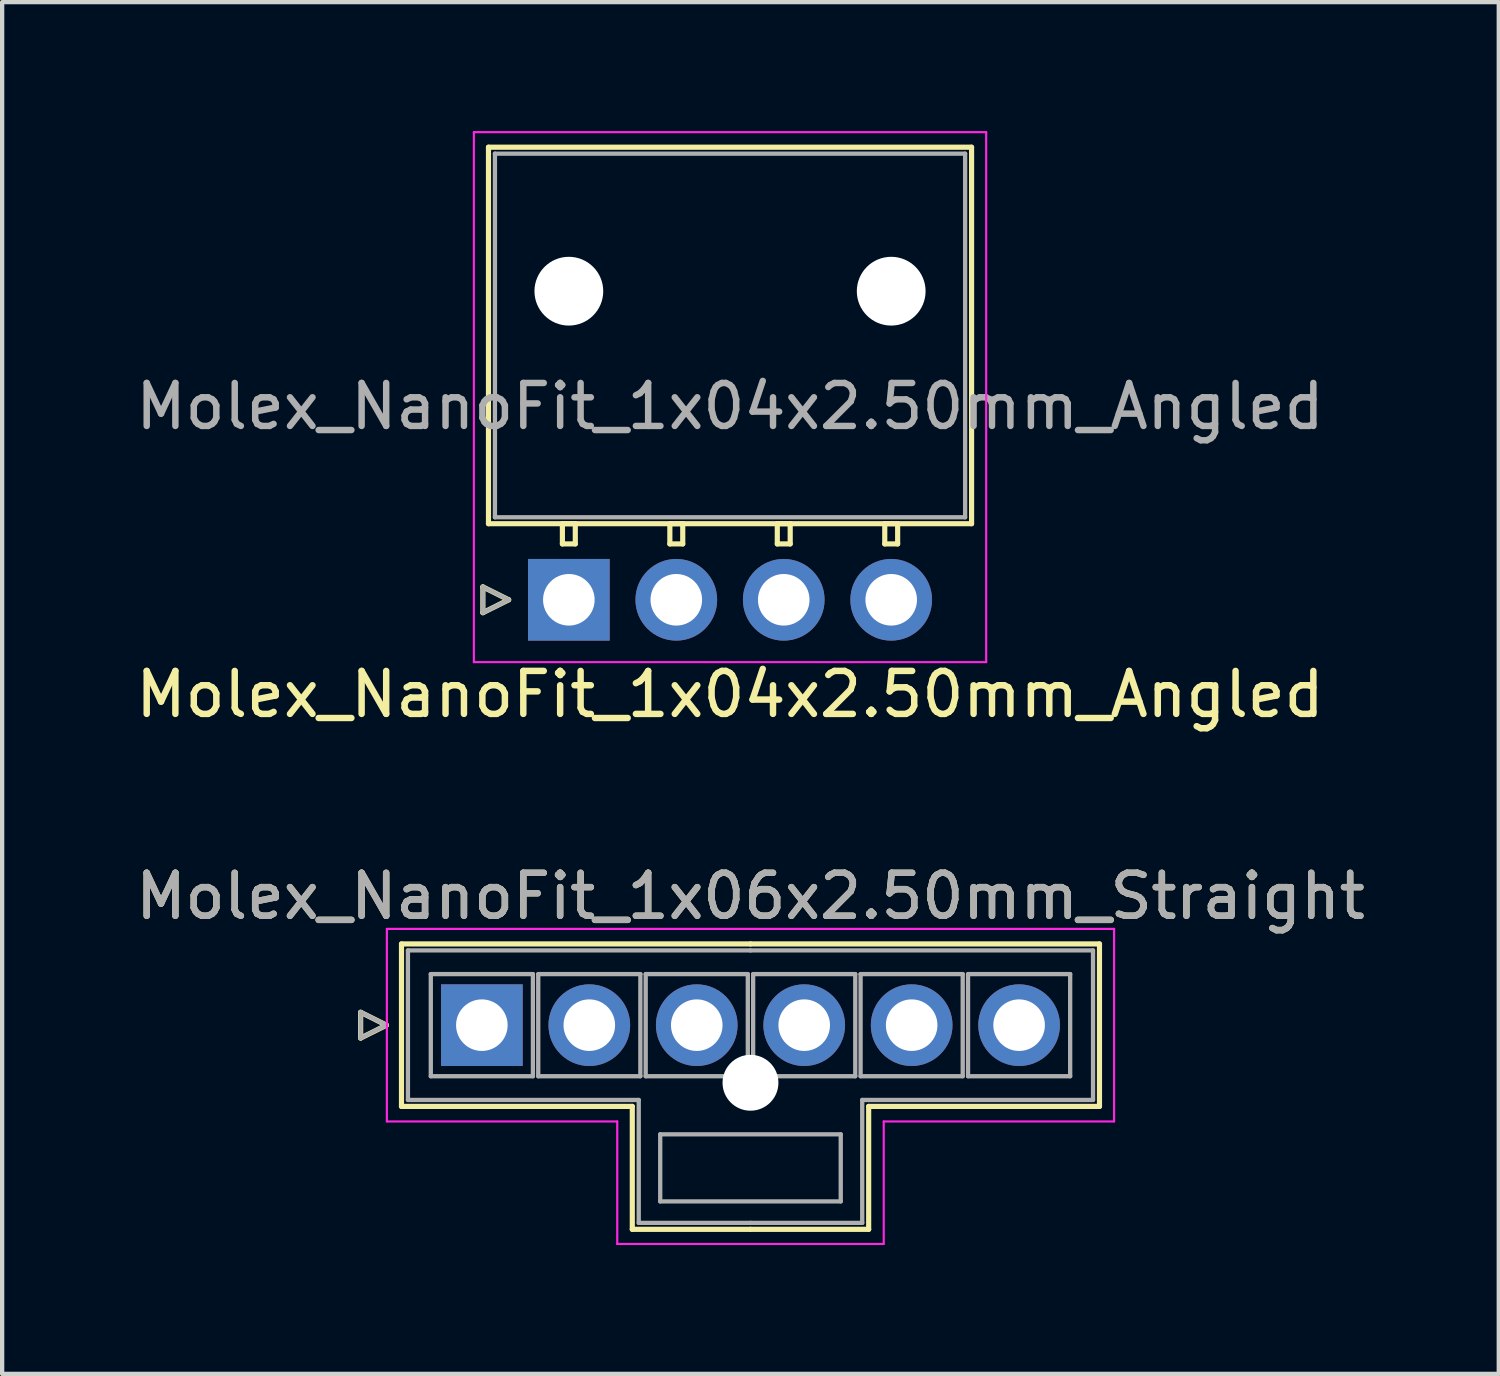
<source format=kicad_pcb>
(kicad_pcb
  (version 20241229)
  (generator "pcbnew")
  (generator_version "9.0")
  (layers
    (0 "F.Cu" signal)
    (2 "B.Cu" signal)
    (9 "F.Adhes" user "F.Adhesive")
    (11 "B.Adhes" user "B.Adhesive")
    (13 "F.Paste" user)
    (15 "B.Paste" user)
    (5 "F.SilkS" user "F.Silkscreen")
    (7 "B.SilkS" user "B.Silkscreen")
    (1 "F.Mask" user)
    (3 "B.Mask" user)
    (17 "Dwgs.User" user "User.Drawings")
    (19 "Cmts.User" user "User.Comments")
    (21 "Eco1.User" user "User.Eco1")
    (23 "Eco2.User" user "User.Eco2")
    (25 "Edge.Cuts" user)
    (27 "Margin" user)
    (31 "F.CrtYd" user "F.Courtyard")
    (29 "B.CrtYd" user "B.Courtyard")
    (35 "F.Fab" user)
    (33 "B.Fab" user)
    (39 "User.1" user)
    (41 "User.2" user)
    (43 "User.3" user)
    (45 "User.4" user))
  (footprint "Molex_NanoFit_1x04x2.50mm_Angled"
    (layer "F.Cu")
    (at 10.185 10.905)
    (property "Reference" "Molex_NanoFit_1x04x2.50mm_Angled" (at 3.75 2.2 0) (layer "F.SilkS") (effects (font (size 1 1) (thickness 0.15))))
    (attr through_hole)
    (fp_line (start -2 -0.3) (end -1.4 0) (stroke (width 0.12) (type solid)) (layer "F.SilkS"))
    (fp_line (start -2 0.3) (end -2 -0.3) (stroke (width 0.12) (type solid)) (layer "F.SilkS"))
    (fp_line (start -1.87 -10.53) (end -1.87 -1.77) (stroke (width 0.12) (type solid)) (layer "F.SilkS"))
    (fp_line (start -1.87 -1.77) (end 9.37 -1.77) (stroke (width 0.12) (type solid)) (layer "F.SilkS"))
    (fp_line (start -1.4 0) (end -2 0.3) (stroke (width 0.12) (type solid)) (layer "F.SilkS"))
    (fp_line (start -0.15 -1.77) (end -0.15 -1.3) (stroke (width 0.12) (type solid)) (layer "F.SilkS"))
    (fp_line (start -0.15 -1.3) (end 0.15 -1.3) (stroke (width 0.12) (type solid)) (layer "F.SilkS"))
    (fp_line (start 0.15 -1.77) (end -0.15 -1.77) (stroke (width 0.12) (type solid)) (layer "F.SilkS"))
    (fp_line (start 0.15 -1.3) (end 0.15 -1.77) (stroke (width 0.12) (type solid)) (layer "F.SilkS"))
    (fp_line (start 2.35 -1.77) (end 2.35 -1.3) (stroke (width 0.12) (type solid)) (layer "F.SilkS"))
    (fp_line (start 2.35 -1.3) (end 2.65 -1.3) (stroke (width 0.12) (type solid)) (layer "F.SilkS"))
    (fp_line (start 2.65 -1.77) (end 2.35 -1.77) (stroke (width 0.12) (type solid)) (layer "F.SilkS"))
    (fp_line (start 2.65 -1.3) (end 2.65 -1.77) (stroke (width 0.12) (type solid)) (layer "F.SilkS"))
    (fp_line (start 4.85 -1.77) (end 4.85 -1.3) (stroke (width 0.12) (type solid)) (layer "F.SilkS"))
    (fp_line (start 4.85 -1.3) (end 5.15 -1.3) (stroke (width 0.12) (type solid)) (layer "F.SilkS"))
    (fp_line (start 5.15 -1.77) (end 4.85 -1.77) (stroke (width 0.12) (type solid)) (layer "F.SilkS"))
    (fp_line (start 5.15 -1.3) (end 5.15 -1.77) (stroke (width 0.12) (type solid)) (layer "F.SilkS"))
    (fp_line (start 7.35 -1.77) (end 7.35 -1.3) (stroke (width 0.12) (type solid)) (layer "F.SilkS"))
    (fp_line (start 7.35 -1.3) (end 7.65 -1.3) (stroke (width 0.12) (type solid)) (layer "F.SilkS"))
    (fp_line (start 7.65 -1.77) (end 7.35 -1.77) (stroke (width 0.12) (type solid)) (layer "F.SilkS"))
    (fp_line (start 7.65 -1.3) (end 7.65 -1.77) (stroke (width 0.12) (type solid)) (layer "F.SilkS"))
    (fp_line (start 9.37 -10.53) (end -1.87 -10.53) (stroke (width 0.12) (type solid)) (layer "F.SilkS"))
    (fp_line (start 9.37 -1.77) (end 9.37 -10.53) (stroke (width 0.12) (type solid)) (layer "F.SilkS"))
    (fp_line (start -2.21 -10.88) (end -2.21 1.45) (stroke (width 0.05) (type solid)) (layer "F.CrtYd"))
    (fp_line (start -2.21 1.45) (end 9.71 1.45) (stroke (width 0.05) (type solid)) (layer "F.CrtYd"))
    (fp_line (start 9.71 -10.88) (end -2.21 -10.88) (stroke (width 0.05) (type solid)) (layer "F.CrtYd"))
    (fp_line (start 9.71 1.45) (end 9.71 -10.88) (stroke (width 0.05) (type solid)) (layer "F.CrtYd"))
    (fp_line (start -2 -0.3) (end -1.4 0) (stroke (width 0.1) (type solid)) (layer "F.Fab"))
    (fp_line (start -2 0.3) (end -2 -0.3) (stroke (width 0.1) (type solid)) (layer "F.Fab"))
    (fp_line (start -1.72 -10.38) (end -1.72 -1.92) (stroke (width 0.1) (type solid)) (layer "F.Fab"))
    (fp_line (start -1.72 -1.92) (end 9.22 -1.92) (stroke (width 0.1) (type solid)) (layer "F.Fab"))
    (fp_line (start -1.4 0) (end -2 0.3) (stroke (width 0.1) (type solid)) (layer "F.Fab"))
    (fp_line (start 9.22 -10.38) (end -1.72 -10.38) (stroke (width 0.1) (type solid)) (layer "F.Fab"))
    (fp_line (start 9.22 -1.92) (end 9.22 -10.38) (stroke (width 0.1) (type solid)) (layer "F.Fab"))
    (fp_text user "${REFERENCE}" (at 3.75 -4.5 0) (layer "F.Fab") (effects (font (size 1 1) (thickness 0.15))))
    (pad "" np_thru_hole circle (at 0 -7.18) (size 1.6 1.6) (drill 1.6) (layers "*.Cu" "*.Mask"))
    (pad "" np_thru_hole circle (at 7.5 -7.18) (size 1.6 1.6) (drill 1.6) (layers "*.Cu" "*.Mask"))
    (pad "1" thru_hole rect (at 0 0) (size 1.9 1.9) (drill 1.2) (layers "*.Cu" "*.Mask"))
    (pad "2" thru_hole circle (at 2.5 0) (size 1.9 1.9) (drill 1.2) (layers "*.Cu" "*.Mask"))
    (pad "3" thru_hole circle (at 5 0) (size 1.9 1.9) (drill 1.2) (layers "*.Cu" "*.Mask"))
    (pad "4" thru_hole circle (at 7.5 0) (size 1.9 1.9) (drill 1.2) (layers "*.Cu" "*.Mask")))
  (footprint "Molex_NanoFit_1x06x2.50mm_Straight"
    (layer "F.Cu")
    (at 8.161 20.802)
    (property "Reference" "Molex_NanoFit_1x06x2.50mm_Straight" (at 6.25 -3 0) (layer "F.SilkS") (effects (font (size 1 1) (thickness 0.15))))
    (attr through_hole)
    (fp_line (start -2.82 -0.3) (end -2.22 0) (stroke (width 0.12) (type solid)) (layer "F.SilkS"))
    (fp_line (start -2.82 0.3) (end -2.82 -0.3) (stroke (width 0.12) (type solid)) (layer "F.SilkS"))
    (fp_line (start -2.22 0) (end -2.82 0.3) (stroke (width 0.12) (type solid)) (layer "F.SilkS"))
    (fp_line (start -1.87 -1.89) (end -1.87 1.89) (stroke (width 0.12) (type solid)) (layer "F.SilkS"))
    (fp_line (start -1.87 1.89) (end 3.5 1.89) (stroke (width 0.12) (type solid)) (layer "F.SilkS"))
    (fp_line (start 3.5 1.89) (end 3.5 4.75) (stroke (width 0.12) (type solid)) (layer "F.SilkS"))
    (fp_line (start 3.5 4.75) (end 6.25 4.75) (stroke (width 0.12) (type solid)) (layer "F.SilkS"))
    (fp_line (start 6.25 -1.89) (end -1.87 -1.89) (stroke (width 0.12) (type solid)) (layer "F.SilkS"))
    (fp_line (start 6.25 -1.89) (end 14.37 -1.89) (stroke (width 0.12) (type solid)) (layer "F.SilkS"))
    (fp_line (start 9 1.89) (end 9 4.75) (stroke (width 0.12) (type solid)) (layer "F.SilkS"))
    (fp_line (start 9 4.75) (end 6.25 4.75) (stroke (width 0.12) (type solid)) (layer "F.SilkS"))
    (fp_line (start 14.37 -1.89) (end 14.37 1.89) (stroke (width 0.12) (type solid)) (layer "F.SilkS"))
    (fp_line (start 14.37 1.89) (end 9 1.89) (stroke (width 0.12) (type solid)) (layer "F.SilkS"))
    (fp_line (start -2.21 -2.24) (end -2.21 2.24) (stroke (width 0.05) (type solid)) (layer "F.CrtYd"))
    (fp_line (start -2.21 2.24) (end 3.15 2.24) (stroke (width 0.05) (type solid)) (layer "F.CrtYd"))
    (fp_line (start 3.15 2.24) (end 3.15 5.09) (stroke (width 0.05) (type solid)) (layer "F.CrtYd"))
    (fp_line (start 3.15 5.09) (end 9.35 5.09) (stroke (width 0.05) (type solid)) (layer "F.CrtYd"))
    (fp_line (start 9.35 2.24) (end 14.71 2.24) (stroke (width 0.05) (type solid)) (layer "F.CrtYd"))
    (fp_line (start 9.35 5.09) (end 9.35 2.24) (stroke (width 0.05) (type solid)) (layer "F.CrtYd"))
    (fp_line (start 14.71 -2.24) (end -2.21 -2.24) (stroke (width 0.05) (type solid)) (layer "F.CrtYd"))
    (fp_line (start 14.71 2.24) (end 14.71 -2.24) (stroke (width 0.05) (type solid)) (layer "F.CrtYd"))
    (fp_line (start -2.82 -0.3) (end -2.22 0) (stroke (width 0.1) (type solid)) (layer "F.Fab"))
    (fp_line (start -2.82 0.3) (end -2.82 -0.3) (stroke (width 0.1) (type solid)) (layer "F.Fab"))
    (fp_line (start -2.22 0) (end -2.82 0.3) (stroke (width 0.1) (type solid)) (layer "F.Fab"))
    (fp_line (start -1.72 -1.74) (end -1.72 1.74) (stroke (width 0.1) (type solid)) (layer "F.Fab"))
    (fp_line (start -1.72 1.74) (end 3.65 1.74) (stroke (width 0.1) (type solid)) (layer "F.Fab"))
    (fp_line (start -1.188 -1.188) (end -1.188 1.188) (stroke (width 0.1) (type solid)) (layer "F.Fab"))
    (fp_line (start -1.188 1.188) (end 1.188 1.188) (stroke (width 0.1) (type solid)) (layer "F.Fab"))
    (fp_line (start 1.188 -1.188) (end -1.188 -1.188) (stroke (width 0.1) (type solid)) (layer "F.Fab"))
    (fp_line (start 1.188 1.188) (end 1.188 -1.188) (stroke (width 0.1) (type solid)) (layer "F.Fab"))
    (fp_line (start 1.312 -1.188) (end 1.312 1.188) (stroke (width 0.1) (type solid)) (layer "F.Fab"))
    (fp_line (start 1.312 1.188) (end 3.688 1.188) (stroke (width 0.1) (type solid)) (layer "F.Fab"))
    (fp_line (start 3.65 1.74) (end 3.65 4.6) (stroke (width 0.1) (type solid)) (layer "F.Fab"))
    (fp_line (start 3.65 4.6) (end 6.25 4.6) (stroke (width 0.1) (type solid)) (layer "F.Fab"))
    (fp_line (start 3.688 -1.188) (end 1.312 -1.188) (stroke (width 0.1) (type solid)) (layer "F.Fab"))
    (fp_line (start 3.688 1.188) (end 3.688 -1.188) (stroke (width 0.1) (type solid)) (layer "F.Fab"))
    (fp_line (start 3.812 -1.188) (end 3.812 1.188) (stroke (width 0.1) (type solid)) (layer "F.Fab"))
    (fp_line (start 3.812 1.188) (end 6.188 1.188) (stroke (width 0.1) (type solid)) (layer "F.Fab"))
    (fp_line (start 4.15 2.54) (end 4.15 4.1) (stroke (width 0.1) (type solid)) (layer "F.Fab"))
    (fp_line (start 4.15 4.1) (end 8.35 4.1) (stroke (width 0.1) (type solid)) (layer "F.Fab"))
    (fp_line (start 6.188 -1.188) (end 3.812 -1.188) (stroke (width 0.1) (type solid)) (layer "F.Fab"))
    (fp_line (start 6.188 1.188) (end 6.188 -1.188) (stroke (width 0.1) (type solid)) (layer "F.Fab"))
    (fp_line (start 6.25 -1.74) (end -1.72 -1.74) (stroke (width 0.1) (type solid)) (layer "F.Fab"))
    (fp_line (start 6.25 -1.74) (end 14.22 -1.74) (stroke (width 0.1) (type solid)) (layer "F.Fab"))
    (fp_line (start 6.312 -1.188) (end 6.312 1.188) (stroke (width 0.1) (type solid)) (layer "F.Fab"))
    (fp_line (start 6.312 1.188) (end 8.688 1.188) (stroke (width 0.1) (type solid)) (layer "F.Fab"))
    (fp_line (start 8.35 2.54) (end 4.15 2.54) (stroke (width 0.1) (type solid)) (layer "F.Fab"))
    (fp_line (start 8.35 4.1) (end 8.35 2.54) (stroke (width 0.1) (type solid)) (layer "F.Fab"))
    (fp_line (start 8.688 -1.188) (end 6.312 -1.188) (stroke (width 0.1) (type solid)) (layer "F.Fab"))
    (fp_line (start 8.688 1.188) (end 8.688 -1.188) (stroke (width 0.1) (type solid)) (layer "F.Fab"))
    (fp_line (start 8.812 -1.188) (end 8.812 1.188) (stroke (width 0.1) (type solid)) (layer "F.Fab"))
    (fp_line (start 8.812 1.188) (end 11.188 1.188) (stroke (width 0.1) (type solid)) (layer "F.Fab"))
    (fp_line (start 8.85 1.74) (end 8.85 4.6) (stroke (width 0.1) (type solid)) (layer "F.Fab"))
    (fp_line (start 8.85 4.6) (end 6.25 4.6) (stroke (width 0.1) (type solid)) (layer "F.Fab"))
    (fp_line (start 11.188 -1.188) (end 8.812 -1.188) (stroke (width 0.1) (type solid)) (layer "F.Fab"))
    (fp_line (start 11.188 1.188) (end 11.188 -1.188) (stroke (width 0.1) (type solid)) (layer "F.Fab"))
    (fp_line (start 11.312 -1.188) (end 11.312 1.188) (stroke (width 0.1) (type solid)) (layer "F.Fab"))
    (fp_line (start 11.312 1.188) (end 13.688 1.188) (stroke (width 0.1) (type solid)) (layer "F.Fab"))
    (fp_line (start 13.688 -1.188) (end 11.312 -1.188) (stroke (width 0.1) (type solid)) (layer "F.Fab"))
    (fp_line (start 13.688 1.188) (end 13.688 -1.188) (stroke (width 0.1) (type solid)) (layer "F.Fab"))
    (fp_line (start 14.22 -1.74) (end 14.22 1.74) (stroke (width 0.1) (type solid)) (layer "F.Fab"))
    (fp_line (start 14.22 1.74) (end 8.85 1.74) (stroke (width 0.1) (type solid)) (layer "F.Fab"))
    (fp_text user "${REFERENCE}" (at 6.25 -3 0) (layer "F.Fab") (effects (font (size 1 1) (thickness 0.15))))
    (pad "" np_thru_hole circle (at 6.25 1.34) (size 1.3 1.3) (drill 1.3) (layers "*.Cu" "*.Mask"))
    (pad "1" thru_hole rect (at 0 0) (size 1.9 1.9) (drill 1.2) (layers "*.Cu" "*.Mask"))
    (pad "2" thru_hole circle (at 2.5 0) (size 1.9 1.9) (drill 1.2) (layers "*.Cu" "*.Mask"))
    (pad "3" thru_hole circle (at 5 0) (size 1.9 1.9) (drill 1.2) (layers "*.Cu" "*.Mask"))
    (pad "4" thru_hole circle (at 7.5 0) (size 1.9 1.9) (drill 1.2) (layers "*.Cu" "*.Mask"))
    (pad "5" thru_hole circle (at 10 0) (size 1.9 1.9) (drill 1.2) (layers "*.Cu" "*.Mask"))
    (pad "6" thru_hole circle (at 12.5 0) (size 1.9 1.9) (drill 1.2) (layers "*.Cu" "*.Mask")))
  (gr_rect
    (start -3 -3)
    (end 31.821 28.916)
    (stroke (width 0.1) (type default))
    (fill no)
    (layer "Edge.Cuts")))
</source>
